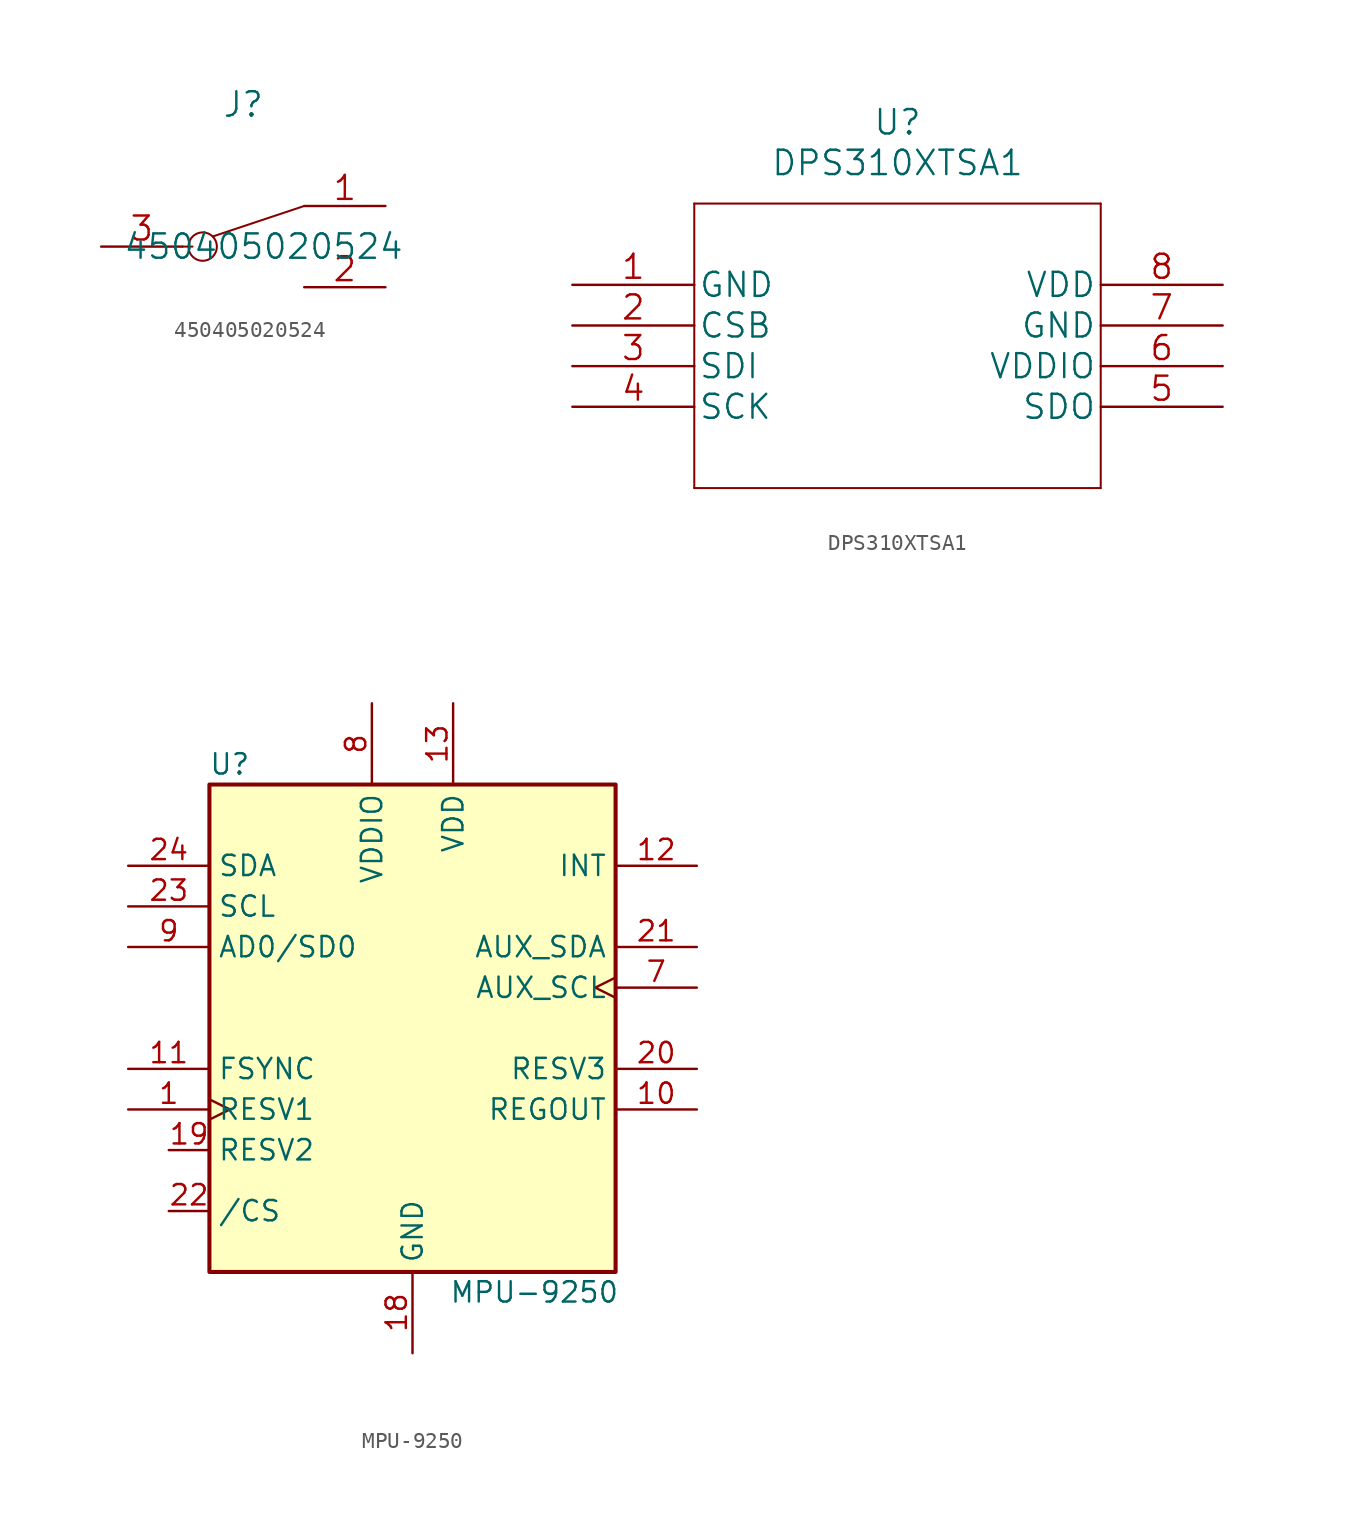
<source format=kicad_sym>
(kicad_symbol_lib
  (version 20211014)
  (generator kicad_symbol_editor)
  (symbol "450405020524"
    (pin_names
      (offset -0.254) hide)
    (property "Reference" "J"
      (at 8.89 8.89 0)
      (effects (font (size 1.524 1.524))))
    (property "Value" "450405020524"
      (at 10.16 0 0)
      (effects (font (size 1.524 1.524))))
    (property "Datasheet" ""
      (at 0 0 0)
      (effects (font (size 1.524 1.524))))
    (property "ki_locked" ""
      (at 0 0 0)
      (effects (font (size 1.27 1.27))))
    (symbol "450405020524_1_1"
      (polyline (pts (xy 5.08 0) (xy 5.715 0)) (stroke (width 0.127) (type default) (color 0 0 0 0)) (fill (type none)))
      (polyline (pts (xy 6.985 0.635) (xy 12.7 2.54)) (stroke (width 0.127) (type default) (color 0 0 0 0)) (fill (type none)))
      (circle (center 6.35 0) (radius 0.889) (stroke (width 0.127) (type default) (color 0 0 0 0)) (fill (type none)))
      (pin unspecified line (at 17.78 2.54 180) (length 5.08) (name "1" (effects (font (size 1.499 1.499)))) (number "1" (effects (font (size 1.499 1.499)))))
      (pin unspecified line (at 17.78 -2.54 180) (length 5.08) (name "2" (effects (font (size 1.499 1.499)))) (number "2" (effects (font (size 1.499 1.499)))))
      (pin unspecified line (at 0 0 0) (length 5.08) (name "3" (effects (font (size 1.499 1.499)))) (number "3" (effects (font (size 1.499 1.499)))))))
  (symbol "DPS310XTSA1"
    (pin_names
      (offset 0.254))
    (property "Reference" "U"
      (at 20.32 10.16 0)
      (effects (font (size 1.524 1.524))))
    (property "Value" "DPS310XTSA1"
      (at 20.32 7.62 0)
      (effects (font (size 1.524 1.524))))
    (property "Datasheet" ""
      (at 0 0 0)
      (effects (font (size 1.524 1.524))))
    (property "ki_locked" ""
      (at 0 0 0)
      (effects (font (size 1.27 1.27))))
    (symbol "DPS310XTSA1_1_1"
      (polyline (pts (xy 7.62 -12.7) (xy 33.02 -12.7)) (stroke (width 0.127) (type default) (color 0 0 0 0)) (fill (type none)))
      (polyline (pts (xy 7.62 5.08) (xy 7.62 -12.7)) (stroke (width 0.127) (type default) (color 0 0 0 0)) (fill (type none)))
      (polyline (pts (xy 33.02 -12.7) (xy 33.02 5.08)) (stroke (width 0.127) (type default) (color 0 0 0 0)) (fill (type none)))
      (polyline (pts (xy 33.02 5.08) (xy 7.62 5.08)) (stroke (width 0.127) (type default) (color 0 0 0 0)) (fill (type none)))
      (pin power_in line (at 0 0 0) (length 7.62) (name "GND" (effects (font (size 1.499 1.499)))) (number "1" (effects (font (size 1.499 1.499)))))
      (pin unspecified line (at 0 -2.54 0) (length 7.62) (name "CSB" (effects (font (size 1.499 1.499)))) (number "2" (effects (font (size 1.499 1.499)))))
      (pin unspecified line (at 0 -5.08 0) (length 7.62) (name "SDI" (effects (font (size 1.499 1.499)))) (number "3" (effects (font (size 1.499 1.499)))))
      (pin unspecified line (at 0 -7.62 0) (length 7.62) (name "SCK" (effects (font (size 1.499 1.499)))) (number "4" (effects (font (size 1.499 1.499)))))
      (pin unspecified line (at 40.64 -7.62 180) (length 7.62) (name "SDO" (effects (font (size 1.499 1.499)))) (number "5" (effects (font (size 1.499 1.499)))))
      (pin unspecified line (at 40.64 -5.08 180) (length 7.62) (name "VDDIO" (effects (font (size 1.499 1.499)))) (number "6" (effects (font (size 1.499 1.499)))))
      (pin power_in line (at 40.64 -2.54 180) (length 7.62) (name "GND" (effects (font (size 1.499 1.499)))) (number "7" (effects (font (size 1.499 1.499)))))
      (pin unspecified line (at 40.64 0 180) (length 7.62) (name "VDD" (effects (font (size 1.499 1.499)))) (number "8" (effects (font (size 1.499 1.499)))))))
  (symbol "MPU-9250"
    (property "Reference" "U"
      (at -11.43 13.97 0)
      (effects (font (size 1.27 1.27))))
    (property "Value" "MPU-9250"
      (at 7.62 -19.05 0)
      (effects (font (size 1.27 1.27))))
    (symbol "MPU-9250_0_0"
      (pin input line (at -15.24 -10.16 0) (length 2.54) (name "RESV2" (effects (font (size 1.27 1.27)))) (number "19" (effects (font (size 1.27 1.27)))))
      (pin input line (at -15.24 -13.97 0) (length 2.54) (name "/CS" (effects (font (size 1.27 1.27)))) (number "22" (effects (font (size 1.27 1.27))))))
    (symbol "MPU-9250_0_1"
      (rectangle (start -12.7 12.7) (end 12.7 -17.78) (stroke (width 0.254) (type default) (color 0 0 0 0)) (fill (type background))))
    (symbol "MPU-9250_1_1"
      (pin input clock (at -17.78 -7.62 0) (length 5.08) (name "RESV1" (effects (font (size 1.27 1.27)))) (number "1" (effects (font (size 1.27 1.27)))))
      (pin passive line (at 17.78 -7.62 180) (length 5.08) (name "REGOUT" (effects (font (size 1.27 1.27)))) (number "10" (effects (font (size 1.27 1.27)))))
      (pin input line (at -17.78 -5.08 0) (length 5.08) (name "FSYNC" (effects (font (size 1.27 1.27)))) (number "11" (effects (font (size 1.27 1.27)))))
      (pin output line (at 17.78 7.62 180) (length 5.08) (name "INT" (effects (font (size 1.27 1.27)))) (number "12" (effects (font (size 1.27 1.27)))))
      (pin power_in line (at 2.54 17.78 270) (length 5.08) (name "VDD" (effects (font (size 1.27 1.27)))) (number "13" (effects (font (size 1.27 1.27)))))
      (pin power_in line (at 0 -22.86 90) (length 5.08) (name "GND" (effects (font (size 1.27 1.27)))) (number "18" (effects (font (size 1.27 1.27)))))
      (pin input line (at 17.78 -5.08 180) (length 5.08) (name "RESV3" (effects (font (size 1.27 1.27)))) (number "20" (effects (font (size 1.27 1.27)))))
      (pin bidirectional line (at 17.78 2.54 180) (length 5.08) (name "AUX_SDA" (effects (font (size 1.27 1.27)))) (number "21" (effects (font (size 1.27 1.27)))))
      (pin input line (at -17.78 5.08 0) (length 5.08) (name "SCL" (effects (font (size 1.27 1.27)))) (number "23" (effects (font (size 1.27 1.27)))))
      (pin bidirectional line (at -17.78 7.62 0) (length 5.08) (name "SDA" (effects (font (size 1.27 1.27)))) (number "24" (effects (font (size 1.27 1.27)))))
      (pin output clock (at 17.78 0 180) (length 5.08) (name "AUX_SCL" (effects (font (size 1.27 1.27)))) (number "7" (effects (font (size 1.27 1.27)))))
      (pin power_in line (at -2.54 17.78 270) (length 5.08) (name "VDDIO" (effects (font (size 1.27 1.27)))) (number "8" (effects (font (size 1.27 1.27)))))
      (pin input line (at -17.78 2.54 0) (length 5.08) (name "AD0/SD0" (effects (font (size 1.27 1.27)))) (number "9" (effects (font (size 1.27 1.27))))))))
</source>
